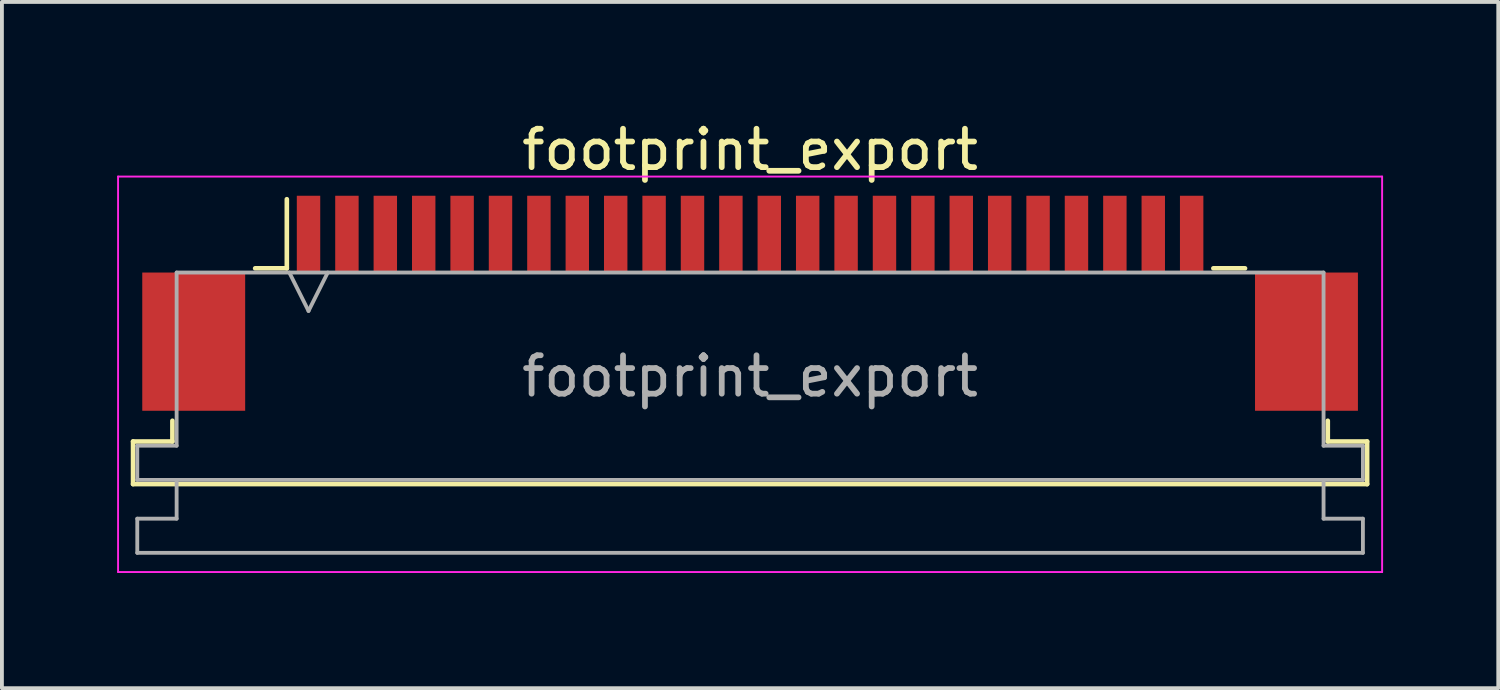
<source format=kicad_pcb>
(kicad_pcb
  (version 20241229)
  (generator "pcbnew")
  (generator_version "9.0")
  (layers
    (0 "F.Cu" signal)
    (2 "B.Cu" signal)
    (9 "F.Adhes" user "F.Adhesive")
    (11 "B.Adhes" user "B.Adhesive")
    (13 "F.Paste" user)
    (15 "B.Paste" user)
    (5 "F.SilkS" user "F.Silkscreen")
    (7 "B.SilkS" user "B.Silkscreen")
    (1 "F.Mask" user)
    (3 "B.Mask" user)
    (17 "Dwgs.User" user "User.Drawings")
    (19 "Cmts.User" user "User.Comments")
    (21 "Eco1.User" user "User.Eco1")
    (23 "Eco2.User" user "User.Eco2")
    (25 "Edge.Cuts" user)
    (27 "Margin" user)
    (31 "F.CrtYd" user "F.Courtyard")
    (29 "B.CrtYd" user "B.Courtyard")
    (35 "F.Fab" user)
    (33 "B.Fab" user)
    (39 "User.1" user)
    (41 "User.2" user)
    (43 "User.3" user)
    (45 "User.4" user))
  (footprint "footprint_export"
    (layer "F.Cu")
    (at 16.485 4.848)
    (property "Reference" "footprint_export" (at 0 -4 0) (layer "F.SilkS") (effects (font (size 1 1) (thickness 0.15))))
    (attr smd)
    (fp_line (start -16.07 3.6) (end -15.045 3.6) (stroke (width 0.12) (type solid)) (layer "F.SilkS"))
    (fp_line (start -16.07 4.71) (end -16.07 3.6) (stroke (width 0.12) (type solid)) (layer "F.SilkS"))
    (fp_line (start -15.045 3.6) (end -15.045 3.06) (stroke (width 0.12) (type solid)) (layer "F.SilkS"))
    (fp_line (start -12.89 -0.91) (end -12.065 -0.91) (stroke (width 0.12) (type solid)) (layer "F.SilkS"))
    (fp_line (start -12.065 -0.91) (end -12.065 -2.71) (stroke (width 0.12) (type solid)) (layer "F.SilkS"))
    (fp_line (start 12.065 -0.91) (end 12.89 -0.91) (stroke (width 0.12) (type solid)) (layer "F.SilkS"))
    (fp_line (start 15.045 3.06) (end 15.045 3.6) (stroke (width 0.12) (type solid)) (layer "F.SilkS"))
    (fp_line (start 15.045 3.6) (end 16.07 3.6) (stroke (width 0.12) (type solid)) (layer "F.SilkS"))
    (fp_line (start 16.07 3.6) (end 16.07 4.71) (stroke (width 0.12) (type solid)) (layer "F.SilkS"))
    (fp_line (start 16.07 4.71) (end -16.07 4.71) (stroke (width 0.12) (type solid)) (layer "F.SilkS"))
    (fp_line (start -16.46 -3.3) (end -16.46 7) (stroke (width 0.05) (type solid)) (layer "F.CrtYd"))
    (fp_line (start -16.46 7) (end 16.46 7) (stroke (width 0.05) (type solid)) (layer "F.CrtYd"))
    (fp_line (start 16.46 -3.3) (end -16.46 -3.3) (stroke (width 0.05) (type solid)) (layer "F.CrtYd"))
    (fp_line (start 16.46 7) (end 16.46 -3.3) (stroke (width 0.05) (type solid)) (layer "F.CrtYd"))
    (fp_line (start -15.96 3.71) (end -14.935 3.71) (stroke (width 0.1) (type solid)) (layer "F.Fab"))
    (fp_line (start -15.96 4.6) (end -15.96 3.71) (stroke (width 0.1) (type solid)) (layer "F.Fab"))
    (fp_line (start -15.96 5.61) (end -14.935 5.61) (stroke (width 0.1) (type solid)) (layer "F.Fab"))
    (fp_line (start -15.96 6.5) (end -15.96 5.61) (stroke (width 0.1) (type solid)) (layer "F.Fab"))
    (fp_line (start -14.935 -0.8) (end 14.935 -0.8) (stroke (width 0.1) (type solid)) (layer "F.Fab"))
    (fp_line (start -14.935 3.71) (end -14.935 -0.8) (stroke (width 0.1) (type solid)) (layer "F.Fab"))
    (fp_line (start -14.935 5.61) (end -14.935 4.6) (stroke (width 0.1) (type solid)) (layer "F.Fab"))
    (fp_line (start -12 -0.8) (end -11.5 0.2) (stroke (width 0.1) (type solid)) (layer "F.Fab"))
    (fp_line (start -11.5 0.2) (end -11 -0.8) (stroke (width 0.1) (type solid)) (layer "F.Fab"))
    (fp_line (start 14.935 -0.8) (end 14.935 3.71) (stroke (width 0.1) (type solid)) (layer "F.Fab"))
    (fp_line (start 14.935 3.71) (end 15.96 3.71) (stroke (width 0.1) (type solid)) (layer "F.Fab"))
    (fp_line (start 14.935 4.6) (end 14.935 5.61) (stroke (width 0.1) (type solid)) (layer "F.Fab"))
    (fp_line (start 14.935 5.61) (end 15.96 5.61) (stroke (width 0.1) (type solid)) (layer "F.Fab"))
    (fp_line (start 15.96 3.71) (end 15.96 4.6) (stroke (width 0.1) (type solid)) (layer "F.Fab"))
    (fp_line (start 15.96 4.6) (end -15.96 4.6) (stroke (width 0.1) (type solid)) (layer "F.Fab"))
    (fp_line (start 15.96 5.61) (end 15.96 6.5) (stroke (width 0.1) (type solid)) (layer "F.Fab"))
    (fp_line (start 15.96 6.5) (end -15.96 6.5) (stroke (width 0.1) (type solid)) (layer "F.Fab"))
    (fp_text user "${REFERENCE}" (at 0 1.9 0) (layer "F.Fab") (effects (font (size 1 1) (thickness 0.15))))
    (pad "1" smd rect (at -11.5 -1.8) (size 0.61 2) (layers "F.Cu" "F.Mask" "F.Paste"))
    (pad "2" smd rect (at -10.5 -1.8) (size 0.61 2) (layers "F.Cu" "F.Mask" "F.Paste"))
    (pad "3" smd rect (at -9.5 -1.8) (size 0.61 2) (layers "F.Cu" "F.Mask" "F.Paste"))
    (pad "4" smd rect (at -8.5 -1.8) (size 0.61 2) (layers "F.Cu" "F.Mask" "F.Paste"))
    (pad "5" smd rect (at -7.5 -1.8) (size 0.61 2) (layers "F.Cu" "F.Mask" "F.Paste"))
    (pad "6" smd rect (at -6.5 -1.8) (size 0.61 2) (layers "F.Cu" "F.Mask" "F.Paste"))
    (pad "7" smd rect (at -5.5 -1.8) (size 0.61 2) (layers "F.Cu" "F.Mask" "F.Paste"))
    (pad "8" smd rect (at -4.5 -1.8) (size 0.61 2) (layers "F.Cu" "F.Mask" "F.Paste"))
    (pad "9" smd rect (at -3.5 -1.8) (size 0.61 2) (layers "F.Cu" "F.Mask" "F.Paste"))
    (pad "10" smd rect (at -2.5 -1.8) (size 0.61 2) (layers "F.Cu" "F.Mask" "F.Paste"))
    (pad "11" smd rect (at -1.5 -1.8) (size 0.61 2) (layers "F.Cu" "F.Mask" "F.Paste"))
    (pad "12" smd rect (at -0.5 -1.8) (size 0.61 2) (layers "F.Cu" "F.Mask" "F.Paste"))
    (pad "13" smd rect (at 0.5 -1.8) (size 0.61 2) (layers "F.Cu" "F.Mask" "F.Paste"))
    (pad "14" smd rect (at 1.5 -1.8) (size 0.61 2) (layers "F.Cu" "F.Mask" "F.Paste"))
    (pad "15" smd rect (at 2.5 -1.8) (size 0.61 2) (layers "F.Cu" "F.Mask" "F.Paste"))
    (pad "16" smd rect (at 3.5 -1.8) (size 0.61 2) (layers "F.Cu" "F.Mask" "F.Paste"))
    (pad "17" smd rect (at 4.5 -1.8) (size 0.61 2) (layers "F.Cu" "F.Mask" "F.Paste"))
    (pad "18" smd rect (at 5.5 -1.8) (size 0.61 2) (layers "F.Cu" "F.Mask" "F.Paste"))
    (pad "19" smd rect (at 6.5 -1.8) (size 0.61 2) (layers "F.Cu" "F.Mask" "F.Paste"))
    (pad "20" smd rect (at 7.5 -1.8) (size 0.61 2) (layers "F.Cu" "F.Mask" "F.Paste"))
    (pad "21" smd rect (at 8.5 -1.8) (size 0.61 2) (layers "F.Cu" "F.Mask" "F.Paste"))
    (pad "22" smd rect (at 9.5 -1.8) (size 0.61 2) (layers "F.Cu" "F.Mask" "F.Paste"))
    (pad "23" smd rect (at 10.5 -1.8) (size 0.61 2) (layers "F.Cu" "F.Mask" "F.Paste"))
    (pad "24" smd rect (at 11.5 -1.8) (size 0.61 2) (layers "F.Cu" "F.Mask" "F.Paste"))
    (pad "MP" smd rect (at -14.49 1) (size 2.68 3.6) (layers "F.Cu" "F.Mask" "F.Paste"))
    (pad "MP" smd rect (at 14.49 1) (size 2.68 3.6) (layers "F.Cu" "F.Mask" "F.Paste")))
  (gr_rect
    (start -3 -3)
    (end 35.97 14.873)
    (stroke (width 0.1) (type default))
    (fill no)
    (layer "Edge.Cuts")))
</source>
